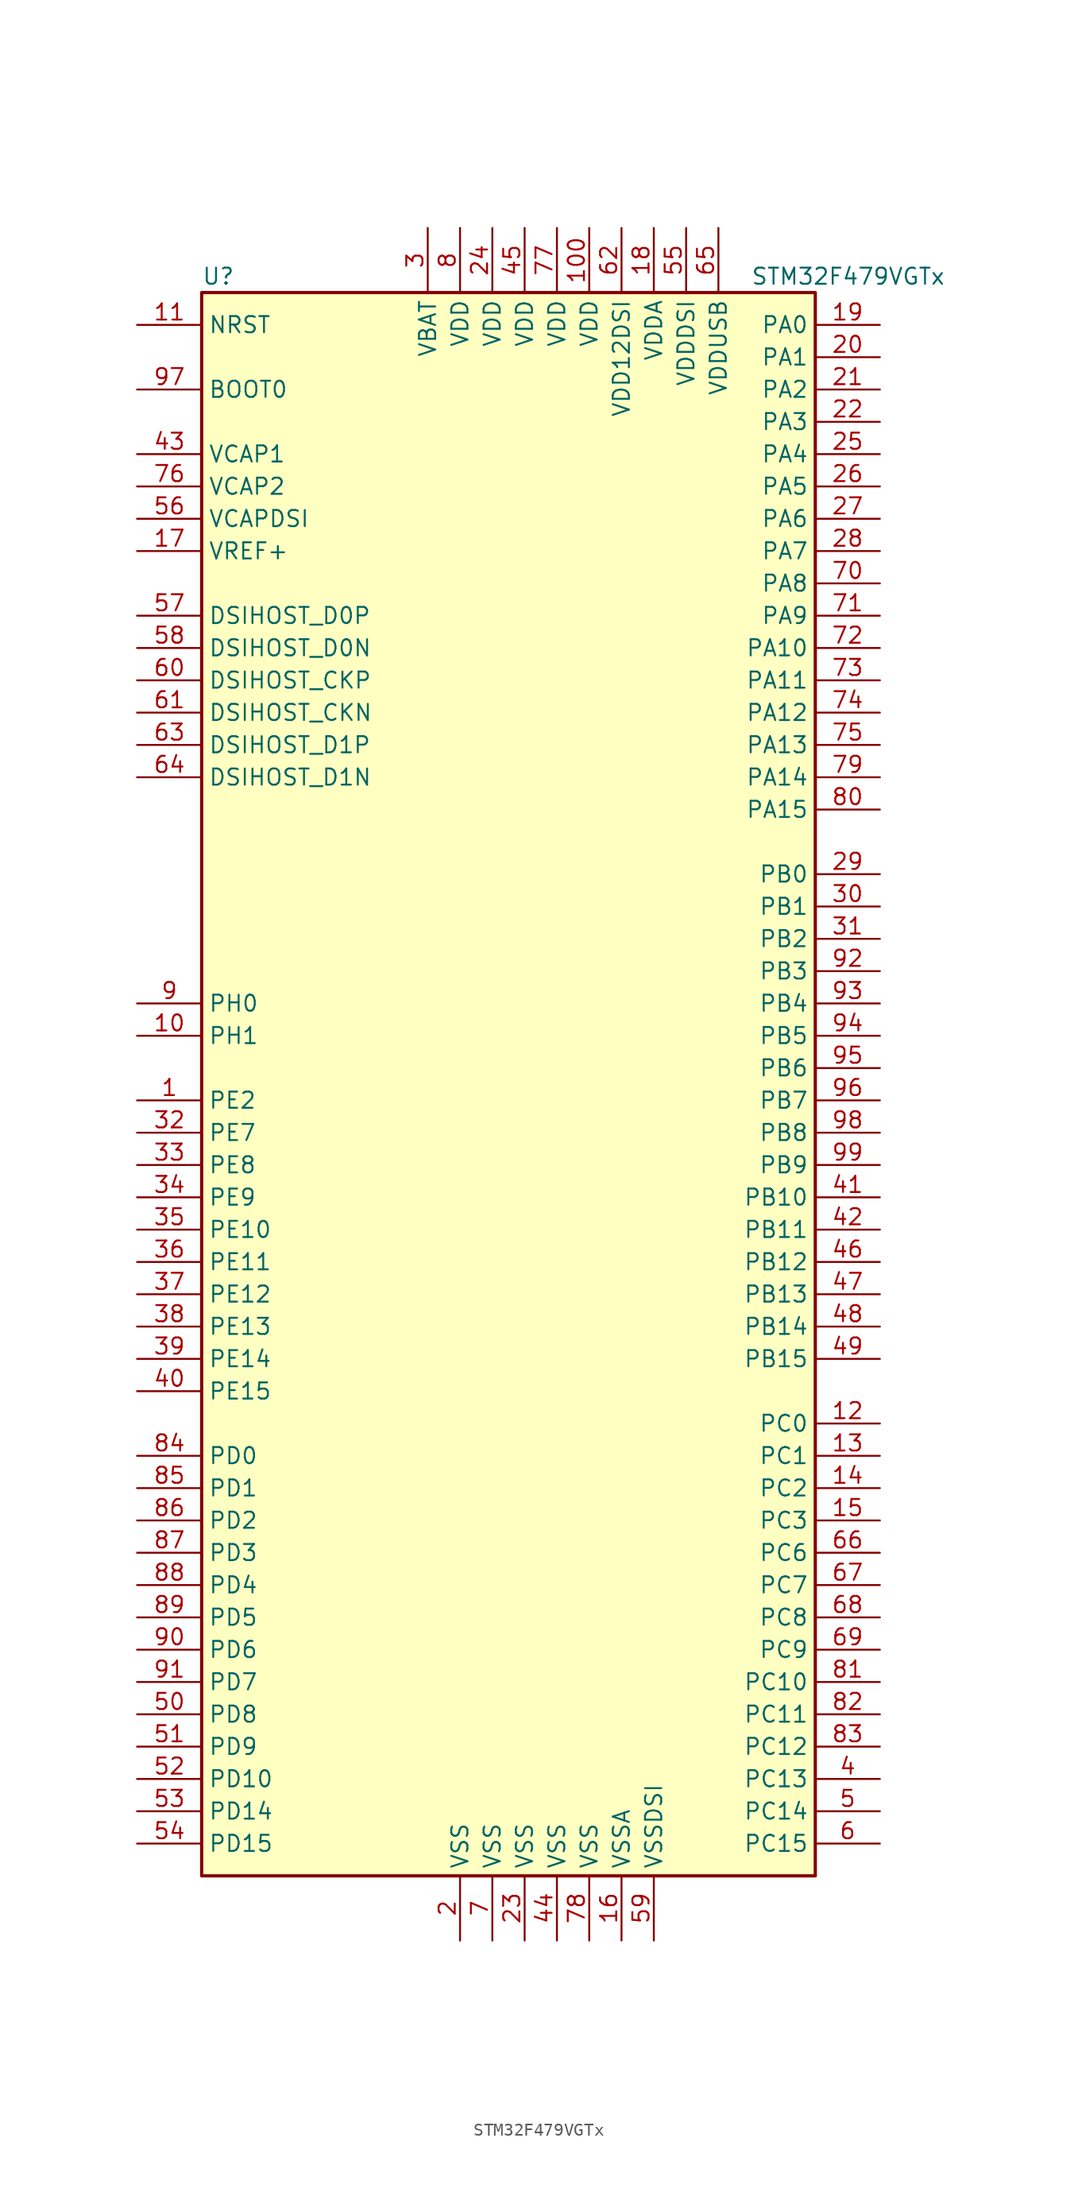
<source format=kicad_sym>
(kicad_symbol_lib
  (version 20201005)
  (generator kicad_symbol_editor)
  (symbol "STM32F479VGTx"
    (property "Reference" "U"
      (at -25.4 62.23 0)
      (effects (font (size 1.27 1.27)) (justify left)))
    (property "Value" "STM32F479VGTx"
      (at 17.78 62.23 0)
      (effects (font (size 1.27 1.27)) (justify left)))
    (symbol "STM32F479VGTx_0_1"
      (rectangle (start -25.4 -63.5) (end 22.86 60.96) (stroke (width 0.254)) (fill (type background))))
    (symbol "STM32F479VGTx_1_1"
      (pin bidirectional line (at -30.48 -2.54 0) (length 5.08) (name "PE2" (effects (font (size 1.27 1.27)))) (number "1" (effects (font (size 1.27 1.27)))))
      (pin input line (at -30.48 2.54 0) (length 5.08) (name "PH1" (effects (font (size 1.27 1.27)))) (number "10" (effects (font (size 1.27 1.27)))))
      (pin power_in line (at 5.08 66.04 270) (length 5.08) (name "VDD" (effects (font (size 1.27 1.27)))) (number "100" (effects (font (size 1.27 1.27)))))
      (pin input line (at -30.48 58.42 0) (length 5.08) (name "NRST" (effects (font (size 1.27 1.27)))) (number "11" (effects (font (size 1.27 1.27)))))
      (pin bidirectional line (at 27.94 -27.94 180) (length 5.08) (name "PC0" (effects (font (size 1.27 1.27)))) (number "12" (effects (font (size 1.27 1.27)))))
      (pin bidirectional line (at 27.94 -30.48 180) (length 5.08) (name "PC1" (effects (font (size 1.27 1.27)))) (number "13" (effects (font (size 1.27 1.27)))))
      (pin bidirectional line (at 27.94 -33.02 180) (length 5.08) (name "PC2" (effects (font (size 1.27 1.27)))) (number "14" (effects (font (size 1.27 1.27)))))
      (pin bidirectional line (at 27.94 -35.56 180) (length 5.08) (name "PC3" (effects (font (size 1.27 1.27)))) (number "15" (effects (font (size 1.27 1.27)))))
      (pin power_in line (at 7.62 -68.58 90) (length 5.08) (name "VSSA" (effects (font (size 1.27 1.27)))) (number "16" (effects (font (size 1.27 1.27)))))
      (pin power_in line (at -30.48 40.64 0) (length 5.08) (name "VREF+" (effects (font (size 1.27 1.27)))) (number "17" (effects (font (size 1.27 1.27)))))
      (pin power_in line (at 10.16 66.04 270) (length 5.08) (name "VDDA" (effects (font (size 1.27 1.27)))) (number "18" (effects (font (size 1.27 1.27)))))
      (pin bidirectional line (at 27.94 58.42 180) (length 5.08) (name "PA0" (effects (font (size 1.27 1.27)))) (number "19" (effects (font (size 1.27 1.27)))))
      (pin power_in line (at -5.08 -68.58 90) (length 5.08) (name "VSS" (effects (font (size 1.27 1.27)))) (number "2" (effects (font (size 1.27 1.27)))))
      (pin bidirectional line (at 27.94 55.88 180) (length 5.08) (name "PA1" (effects (font (size 1.27 1.27)))) (number "20" (effects (font (size 1.27 1.27)))))
      (pin bidirectional line (at 27.94 53.34 180) (length 5.08) (name "PA2" (effects (font (size 1.27 1.27)))) (number "21" (effects (font (size 1.27 1.27)))))
      (pin bidirectional line (at 27.94 50.8 180) (length 5.08) (name "PA3" (effects (font (size 1.27 1.27)))) (number "22" (effects (font (size 1.27 1.27)))))
      (pin power_in line (at 0 -68.58 90) (length 5.08) (name "VSS" (effects (font (size 1.27 1.27)))) (number "23" (effects (font (size 1.27 1.27)))))
      (pin power_in line (at -2.54 66.04 270) (length 5.08) (name "VDD" (effects (font (size 1.27 1.27)))) (number "24" (effects (font (size 1.27 1.27)))))
      (pin bidirectional line (at 27.94 48.26 180) (length 5.08) (name "PA4" (effects (font (size 1.27 1.27)))) (number "25" (effects (font (size 1.27 1.27)))))
      (pin bidirectional line (at 27.94 45.72 180) (length 5.08) (name "PA5" (effects (font (size 1.27 1.27)))) (number "26" (effects (font (size 1.27 1.27)))))
      (pin bidirectional line (at 27.94 43.18 180) (length 5.08) (name "PA6" (effects (font (size 1.27 1.27)))) (number "27" (effects (font (size 1.27 1.27)))))
      (pin bidirectional line (at 27.94 40.64 180) (length 5.08) (name "PA7" (effects (font (size 1.27 1.27)))) (number "28" (effects (font (size 1.27 1.27)))))
      (pin bidirectional line (at 27.94 15.24 180) (length 5.08) (name "PB0" (effects (font (size 1.27 1.27)))) (number "29" (effects (font (size 1.27 1.27)))))
      (pin power_in line (at -7.62 66.04 270) (length 5.08) (name "VBAT" (effects (font (size 1.27 1.27)))) (number "3" (effects (font (size 1.27 1.27)))))
      (pin bidirectional line (at 27.94 12.7 180) (length 5.08) (name "PB1" (effects (font (size 1.27 1.27)))) (number "30" (effects (font (size 1.27 1.27)))))
      (pin bidirectional line (at 27.94 10.16 180) (length 5.08) (name "PB2" (effects (font (size 1.27 1.27)))) (number "31" (effects (font (size 1.27 1.27)))))
      (pin bidirectional line (at -30.48 -5.08 0) (length 5.08) (name "PE7" (effects (font (size 1.27 1.27)))) (number "32" (effects (font (size 1.27 1.27)))))
      (pin bidirectional line (at -30.48 -7.62 0) (length 5.08) (name "PE8" (effects (font (size 1.27 1.27)))) (number "33" (effects (font (size 1.27 1.27)))))
      (pin bidirectional line (at -30.48 -10.16 0) (length 5.08) (name "PE9" (effects (font (size 1.27 1.27)))) (number "34" (effects (font (size 1.27 1.27)))))
      (pin bidirectional line (at -30.48 -12.7 0) (length 5.08) (name "PE10" (effects (font (size 1.27 1.27)))) (number "35" (effects (font (size 1.27 1.27)))))
      (pin bidirectional line (at -30.48 -15.24 0) (length 5.08) (name "PE11" (effects (font (size 1.27 1.27)))) (number "36" (effects (font (size 1.27 1.27)))))
      (pin bidirectional line (at -30.48 -17.78 0) (length 5.08) (name "PE12" (effects (font (size 1.27 1.27)))) (number "37" (effects (font (size 1.27 1.27)))))
      (pin bidirectional line (at -30.48 -20.32 0) (length 5.08) (name "PE13" (effects (font (size 1.27 1.27)))) (number "38" (effects (font (size 1.27 1.27)))))
      (pin bidirectional line (at -30.48 -22.86 0) (length 5.08) (name "PE14" (effects (font (size 1.27 1.27)))) (number "39" (effects (font (size 1.27 1.27)))))
      (pin bidirectional line (at 27.94 -55.88 180) (length 5.08) (name "PC13" (effects (font (size 1.27 1.27)))) (number "4" (effects (font (size 1.27 1.27)))))
      (pin bidirectional line (at -30.48 -25.4 0) (length 5.08) (name "PE15" (effects (font (size 1.27 1.27)))) (number "40" (effects (font (size 1.27 1.27)))))
      (pin bidirectional line (at 27.94 -10.16 180) (length 5.08) (name "PB10" (effects (font (size 1.27 1.27)))) (number "41" (effects (font (size 1.27 1.27)))))
      (pin bidirectional line (at 27.94 -12.7 180) (length 5.08) (name "PB11" (effects (font (size 1.27 1.27)))) (number "42" (effects (font (size 1.27 1.27)))))
      (pin power_in line (at -30.48 48.26 0) (length 5.08) (name "VCAP1" (effects (font (size 1.27 1.27)))) (number "43" (effects (font (size 1.27 1.27)))))
      (pin power_in line (at 2.54 -68.58 90) (length 5.08) (name "VSS" (effects (font (size 1.27 1.27)))) (number "44" (effects (font (size 1.27 1.27)))))
      (pin power_in line (at 0 66.04 270) (length 5.08) (name "VDD" (effects (font (size 1.27 1.27)))) (number "45" (effects (font (size 1.27 1.27)))))
      (pin bidirectional line (at 27.94 -15.24 180) (length 5.08) (name "PB12" (effects (font (size 1.27 1.27)))) (number "46" (effects (font (size 1.27 1.27)))))
      (pin bidirectional line (at 27.94 -17.78 180) (length 5.08) (name "PB13" (effects (font (size 1.27 1.27)))) (number "47" (effects (font (size 1.27 1.27)))))
      (pin bidirectional line (at 27.94 -20.32 180) (length 5.08) (name "PB14" (effects (font (size 1.27 1.27)))) (number "48" (effects (font (size 1.27 1.27)))))
      (pin bidirectional line (at 27.94 -22.86 180) (length 5.08) (name "PB15" (effects (font (size 1.27 1.27)))) (number "49" (effects (font (size 1.27 1.27)))))
      (pin bidirectional line (at 27.94 -58.42 180) (length 5.08) (name "PC14" (effects (font (size 1.27 1.27)))) (number "5" (effects (font (size 1.27 1.27)))))
      (pin bidirectional line (at -30.48 -50.8 0) (length 5.08) (name "PD8" (effects (font (size 1.27 1.27)))) (number "50" (effects (font (size 1.27 1.27)))))
      (pin bidirectional line (at -30.48 -53.34 0) (length 5.08) (name "PD9" (effects (font (size 1.27 1.27)))) (number "51" (effects (font (size 1.27 1.27)))))
      (pin bidirectional line (at -30.48 -55.88 0) (length 5.08) (name "PD10" (effects (font (size 1.27 1.27)))) (number "52" (effects (font (size 1.27 1.27)))))
      (pin bidirectional line (at -30.48 -58.42 0) (length 5.08) (name "PD14" (effects (font (size 1.27 1.27)))) (number "53" (effects (font (size 1.27 1.27)))))
      (pin bidirectional line (at -30.48 -60.96 0) (length 5.08) (name "PD15" (effects (font (size 1.27 1.27)))) (number "54" (effects (font (size 1.27 1.27)))))
      (pin power_in line (at 12.7 66.04 270) (length 5.08) (name "VDDDSI" (effects (font (size 1.27 1.27)))) (number "55" (effects (font (size 1.27 1.27)))))
      (pin power_in line (at -30.48 43.18 0) (length 5.08) (name "VCAPDSI" (effects (font (size 1.27 1.27)))) (number "56" (effects (font (size 1.27 1.27)))))
      (pin bidirectional line (at -30.48 35.56 0) (length 5.08) (name "DSIHOST_D0P" (effects (font (size 1.27 1.27)))) (number "57" (effects (font (size 1.27 1.27)))))
      (pin bidirectional line (at -30.48 33.02 0) (length 5.08) (name "DSIHOST_D0N" (effects (font (size 1.27 1.27)))) (number "58" (effects (font (size 1.27 1.27)))))
      (pin power_in line (at 10.16 -68.58 90) (length 5.08) (name "VSSDSI" (effects (font (size 1.27 1.27)))) (number "59" (effects (font (size 1.27 1.27)))))
      (pin bidirectional line (at 27.94 -60.96 180) (length 5.08) (name "PC15" (effects (font (size 1.27 1.27)))) (number "6" (effects (font (size 1.27 1.27)))))
      (pin bidirectional line (at -30.48 30.48 0) (length 5.08) (name "DSIHOST_CKP" (effects (font (size 1.27 1.27)))) (number "60" (effects (font (size 1.27 1.27)))))
      (pin bidirectional line (at -30.48 27.94 0) (length 5.08) (name "DSIHOST_CKN" (effects (font (size 1.27 1.27)))) (number "61" (effects (font (size 1.27 1.27)))))
      (pin power_in line (at 7.62 66.04 270) (length 5.08) (name "VDD12DSI" (effects (font (size 1.27 1.27)))) (number "62" (effects (font (size 1.27 1.27)))))
      (pin bidirectional line (at -30.48 25.4 0) (length 5.08) (name "DSIHOST_D1P" (effects (font (size 1.27 1.27)))) (number "63" (effects (font (size 1.27 1.27)))))
      (pin bidirectional line (at -30.48 22.86 0) (length 5.08) (name "DSIHOST_D1N" (effects (font (size 1.27 1.27)))) (number "64" (effects (font (size 1.27 1.27)))))
      (pin power_in line (at 15.24 66.04 270) (length 5.08) (name "VDDUSB" (effects (font (size 1.27 1.27)))) (number "65" (effects (font (size 1.27 1.27)))))
      (pin bidirectional line (at 27.94 -38.1 180) (length 5.08) (name "PC6" (effects (font (size 1.27 1.27)))) (number "66" (effects (font (size 1.27 1.27)))))
      (pin bidirectional line (at 27.94 -40.64 180) (length 5.08) (name "PC7" (effects (font (size 1.27 1.27)))) (number "67" (effects (font (size 1.27 1.27)))))
      (pin bidirectional line (at 27.94 -43.18 180) (length 5.08) (name "PC8" (effects (font (size 1.27 1.27)))) (number "68" (effects (font (size 1.27 1.27)))))
      (pin bidirectional line (at 27.94 -45.72 180) (length 5.08) (name "PC9" (effects (font (size 1.27 1.27)))) (number "69" (effects (font (size 1.27 1.27)))))
      (pin power_in line (at -2.54 -68.58 90) (length 5.08) (name "VSS" (effects (font (size 1.27 1.27)))) (number "7" (effects (font (size 1.27 1.27)))))
      (pin bidirectional line (at 27.94 38.1 180) (length 5.08) (name "PA8" (effects (font (size 1.27 1.27)))) (number "70" (effects (font (size 1.27 1.27)))))
      (pin bidirectional line (at 27.94 35.56 180) (length 5.08) (name "PA9" (effects (font (size 1.27 1.27)))) (number "71" (effects (font (size 1.27 1.27)))))
      (pin bidirectional line (at 27.94 33.02 180) (length 5.08) (name "PA10" (effects (font (size 1.27 1.27)))) (number "72" (effects (font (size 1.27 1.27)))))
      (pin bidirectional line (at 27.94 30.48 180) (length 5.08) (name "PA11" (effects (font (size 1.27 1.27)))) (number "73" (effects (font (size 1.27 1.27)))))
      (pin bidirectional line (at 27.94 27.94 180) (length 5.08) (name "PA12" (effects (font (size 1.27 1.27)))) (number "74" (effects (font (size 1.27 1.27)))))
      (pin bidirectional line (at 27.94 25.4 180) (length 5.08) (name "PA13" (effects (font (size 1.27 1.27)))) (number "75" (effects (font (size 1.27 1.27)))))
      (pin power_in line (at -30.48 45.72 0) (length 5.08) (name "VCAP2" (effects (font (size 1.27 1.27)))) (number "76" (effects (font (size 1.27 1.27)))))
      (pin power_in line (at 2.54 66.04 270) (length 5.08) (name "VDD" (effects (font (size 1.27 1.27)))) (number "77" (effects (font (size 1.27 1.27)))))
      (pin power_in line (at 5.08 -68.58 90) (length 5.08) (name "VSS" (effects (font (size 1.27 1.27)))) (number "78" (effects (font (size 1.27 1.27)))))
      (pin bidirectional line (at 27.94 22.86 180) (length 5.08) (name "PA14" (effects (font (size 1.27 1.27)))) (number "79" (effects (font (size 1.27 1.27)))))
      (pin power_in line (at -5.08 66.04 270) (length 5.08) (name "VDD" (effects (font (size 1.27 1.27)))) (number "8" (effects (font (size 1.27 1.27)))))
      (pin bidirectional line (at 27.94 20.32 180) (length 5.08) (name "PA15" (effects (font (size 1.27 1.27)))) (number "80" (effects (font (size 1.27 1.27)))))
      (pin bidirectional line (at 27.94 -48.26 180) (length 5.08) (name "PC10" (effects (font (size 1.27 1.27)))) (number "81" (effects (font (size 1.27 1.27)))))
      (pin bidirectional line (at 27.94 -50.8 180) (length 5.08) (name "PC11" (effects (font (size 1.27 1.27)))) (number "82" (effects (font (size 1.27 1.27)))))
      (pin bidirectional line (at 27.94 -53.34 180) (length 5.08) (name "PC12" (effects (font (size 1.27 1.27)))) (number "83" (effects (font (size 1.27 1.27)))))
      (pin bidirectional line (at -30.48 -30.48 0) (length 5.08) (name "PD0" (effects (font (size 1.27 1.27)))) (number "84" (effects (font (size 1.27 1.27)))))
      (pin bidirectional line (at -30.48 -33.02 0) (length 5.08) (name "PD1" (effects (font (size 1.27 1.27)))) (number "85" (effects (font (size 1.27 1.27)))))
      (pin bidirectional line (at -30.48 -35.56 0) (length 5.08) (name "PD2" (effects (font (size 1.27 1.27)))) (number "86" (effects (font (size 1.27 1.27)))))
      (pin bidirectional line (at -30.48 -38.1 0) (length 5.08) (name "PD3" (effects (font (size 1.27 1.27)))) (number "87" (effects (font (size 1.27 1.27)))))
      (pin bidirectional line (at -30.48 -40.64 0) (length 5.08) (name "PD4" (effects (font (size 1.27 1.27)))) (number "88" (effects (font (size 1.27 1.27)))))
      (pin bidirectional line (at -30.48 -43.18 0) (length 5.08) (name "PD5" (effects (font (size 1.27 1.27)))) (number "89" (effects (font (size 1.27 1.27)))))
      (pin input line (at -30.48 5.08 0) (length 5.08) (name "PH0" (effects (font (size 1.27 1.27)))) (number "9" (effects (font (size 1.27 1.27)))))
      (pin bidirectional line (at -30.48 -45.72 0) (length 5.08) (name "PD6" (effects (font (size 1.27 1.27)))) (number "90" (effects (font (size 1.27 1.27)))))
      (pin bidirectional line (at -30.48 -48.26 0) (length 5.08) (name "PD7" (effects (font (size 1.27 1.27)))) (number "91" (effects (font (size 1.27 1.27)))))
      (pin bidirectional line (at 27.94 7.62 180) (length 5.08) (name "PB3" (effects (font (size 1.27 1.27)))) (number "92" (effects (font (size 1.27 1.27)))))
      (pin bidirectional line (at 27.94 5.08 180) (length 5.08) (name "PB4" (effects (font (size 1.27 1.27)))) (number "93" (effects (font (size 1.27 1.27)))))
      (pin bidirectional line (at 27.94 2.54 180) (length 5.08) (name "PB5" (effects (font (size 1.27 1.27)))) (number "94" (effects (font (size 1.27 1.27)))))
      (pin bidirectional line (at 27.94 0 180) (length 5.08) (name "PB6" (effects (font (size 1.27 1.27)))) (number "95" (effects (font (size 1.27 1.27)))))
      (pin bidirectional line (at 27.94 -2.54 180) (length 5.08) (name "PB7" (effects (font (size 1.27 1.27)))) (number "96" (effects (font (size 1.27 1.27)))))
      (pin input line (at -30.48 53.34 0) (length 5.08) (name "BOOT0" (effects (font (size 1.27 1.27)))) (number "97" (effects (font (size 1.27 1.27)))))
      (pin bidirectional line (at 27.94 -5.08 180) (length 5.08) (name "PB8" (effects (font (size 1.27 1.27)))) (number "98" (effects (font (size 1.27 1.27)))))
      (pin bidirectional line (at 27.94 -7.62 180) (length 5.08) (name "PB9" (effects (font (size 1.27 1.27)))) (number "99" (effects (font (size 1.27 1.27))))))))
</source>
